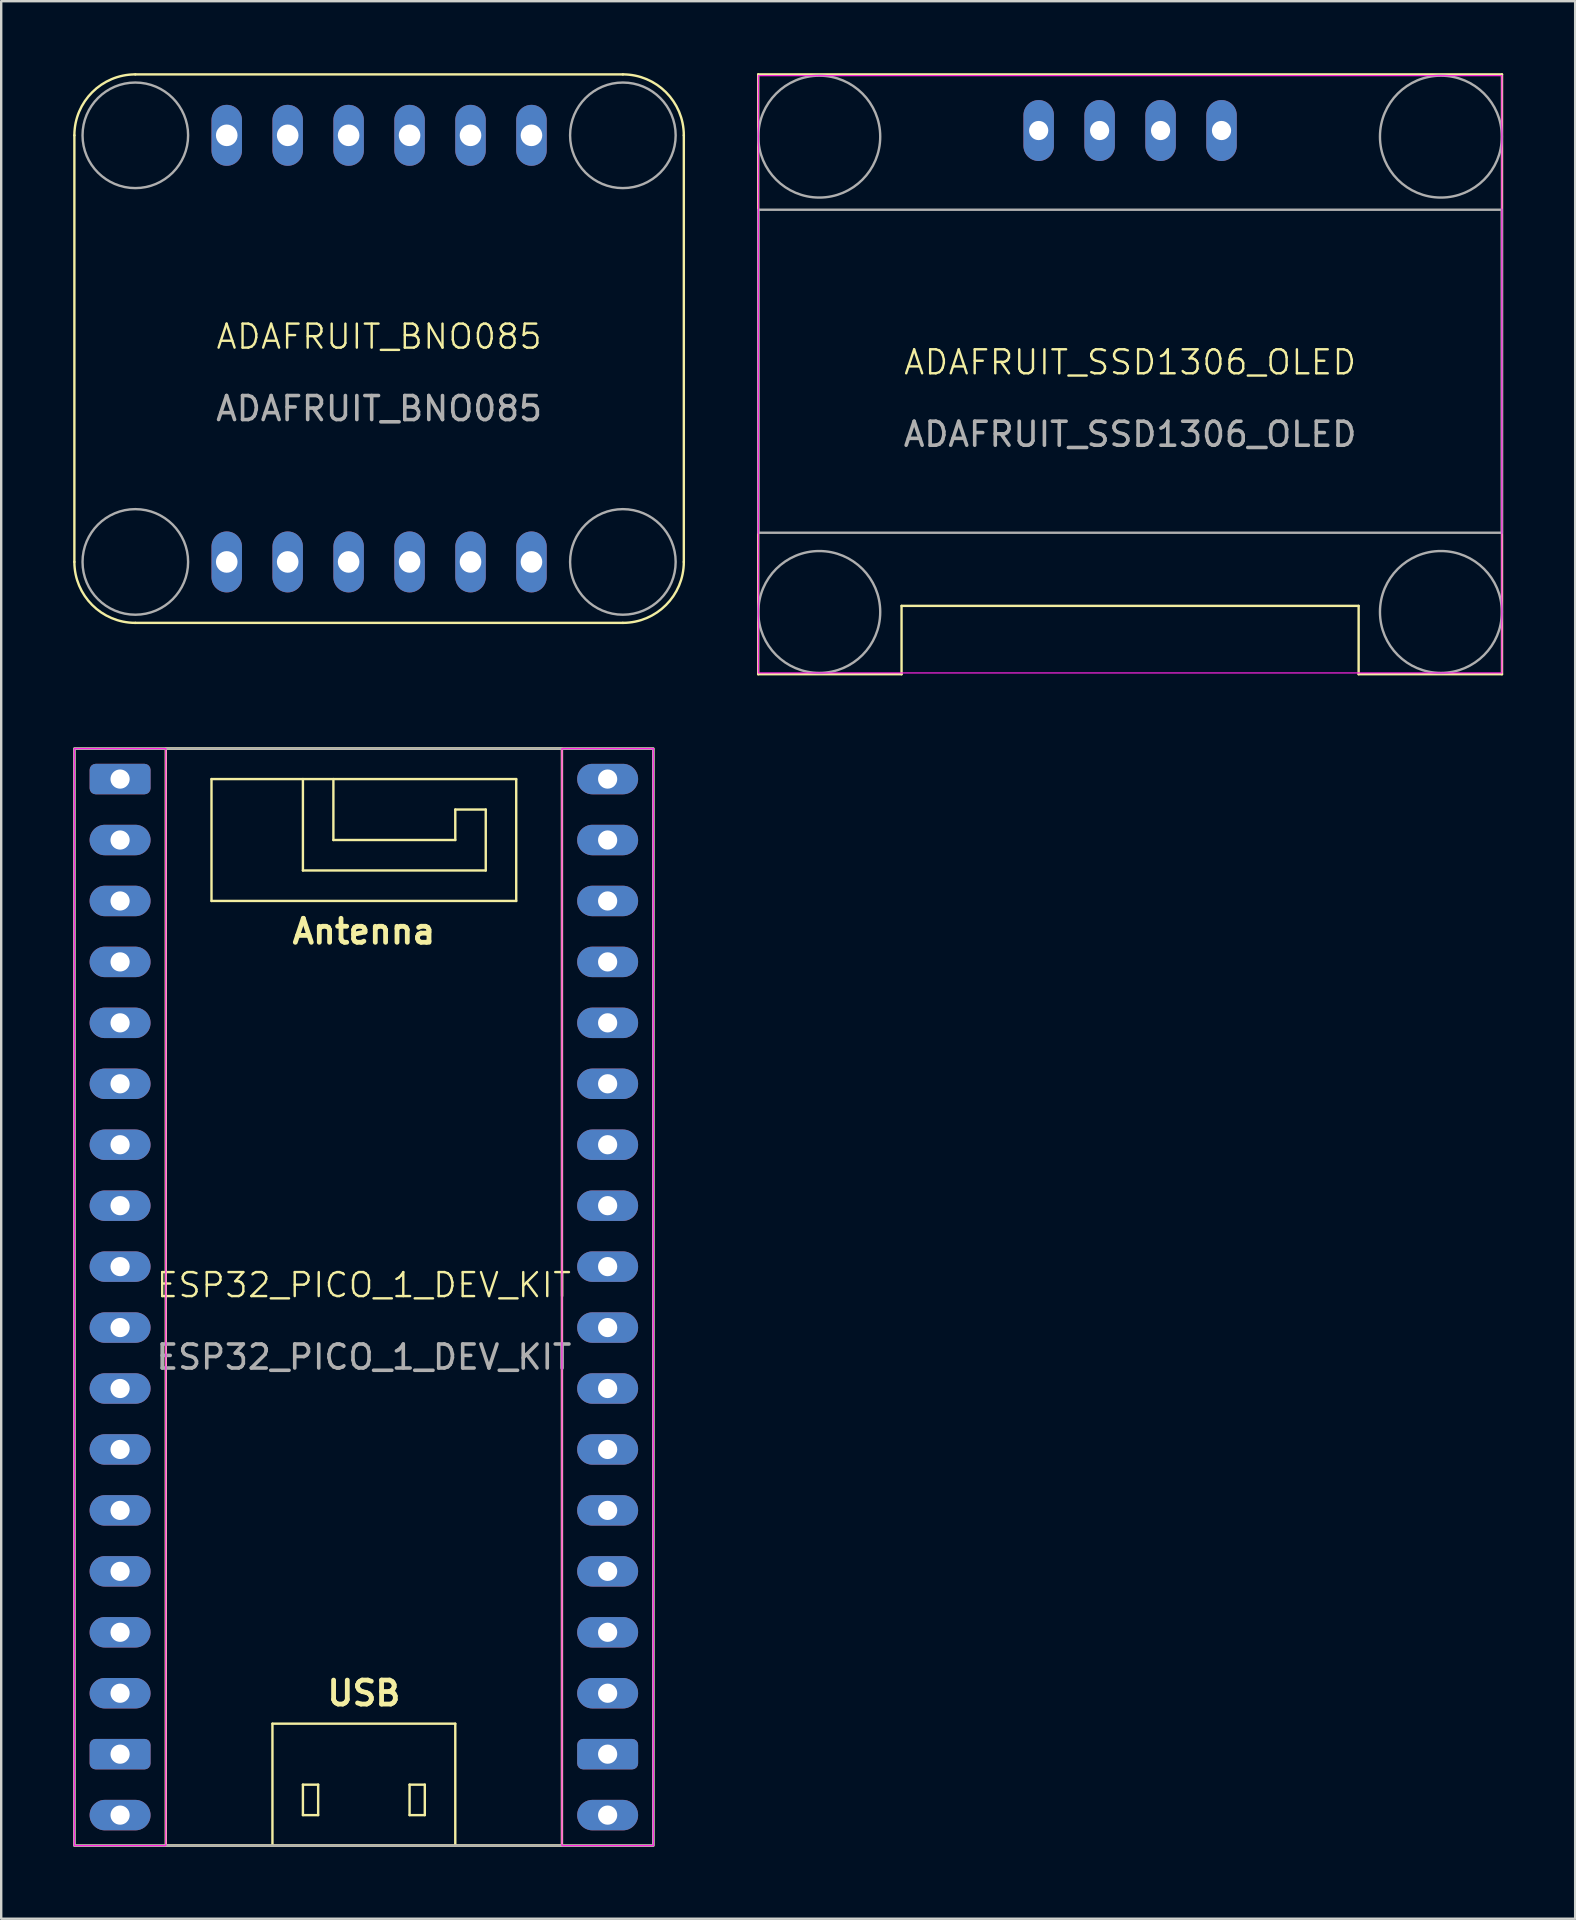
<source format=kicad_pcb>
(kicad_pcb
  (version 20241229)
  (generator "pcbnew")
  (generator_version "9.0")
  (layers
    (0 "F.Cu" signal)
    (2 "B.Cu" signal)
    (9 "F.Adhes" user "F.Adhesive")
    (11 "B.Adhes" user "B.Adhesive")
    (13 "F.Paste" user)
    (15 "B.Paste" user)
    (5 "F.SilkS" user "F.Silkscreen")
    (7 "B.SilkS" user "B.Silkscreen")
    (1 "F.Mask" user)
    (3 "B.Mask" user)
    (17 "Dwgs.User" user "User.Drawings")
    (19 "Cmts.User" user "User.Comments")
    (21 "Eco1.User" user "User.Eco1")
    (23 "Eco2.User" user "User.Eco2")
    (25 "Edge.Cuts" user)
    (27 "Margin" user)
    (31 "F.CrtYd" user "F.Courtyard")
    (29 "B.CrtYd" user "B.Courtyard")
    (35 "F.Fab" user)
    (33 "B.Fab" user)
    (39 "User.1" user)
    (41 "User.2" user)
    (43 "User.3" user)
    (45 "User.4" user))
  (footprint "ESP32_PICO_1_DEV_KIT"
    (layer "F.Cu")
    (at 12.115 51.01)
    (property "Reference" "ESP32_PICO_1_DEV_KIT" (at 0 -0.5 0) (unlocked yes) (layer "F.SilkS") (effects (font (size 1 1) (thickness 0.1))))
    (attr through_hole)
    (fp_line (start -6.35 -21.59) (end -6.35 -16.51) (stroke (width 0.1) (type default)) (layer "F.SilkS"))
    (fp_line (start -6.35 -21.59) (end 6.35 -21.59) (stroke (width 0.1) (type default)) (layer "F.SilkS"))
    (fp_line (start -6.35 -16.51) (end 6.35 -16.51) (stroke (width 0.1) (type default)) (layer "F.SilkS"))
    (fp_line (start -3.81 22.86) (end -3.81 17.78) (stroke (width 0.1) (type default)) (layer "F.SilkS"))
    (fp_line (start -2.54 -21.59) (end -2.54 -17.78) (stroke (width 0.1) (type default)) (layer "F.SilkS"))
    (fp_line (start -2.54 -17.78) (end 5.08 -17.78) (stroke (width 0.1) (type default)) (layer "F.SilkS"))
    (fp_line (start -2.54 20.32) (end -2.54 21.59) (stroke (width 0.1) (type default)) (layer "F.SilkS"))
    (fp_line (start -2.54 20.32) (end -1.905 20.32) (stroke (width 0.1) (type default)) (layer "F.SilkS"))
    (fp_line (start -2.54 21.59) (end -1.905 21.59) (stroke (width 0.1) (type default)) (layer "F.SilkS"))
    (fp_line (start -1.905 21.59) (end -1.905 20.32) (stroke (width 0.1) (type default)) (layer "F.SilkS"))
    (fp_line (start -1.27 -19.05) (end -1.27 -21.59) (stroke (width 0.1) (type default)) (layer "F.SilkS"))
    (fp_line (start 1.905 20.32) (end 1.905 21.59) (stroke (width 0.1) (type default)) (layer "F.SilkS"))
    (fp_line (start 1.905 20.32) (end 2.54 20.32) (stroke (width 0.1) (type default)) (layer "F.SilkS"))
    (fp_line (start 1.905 21.59) (end 2.54 21.59) (stroke (width 0.1) (type default)) (layer "F.SilkS"))
    (fp_line (start 2.54 21.59) (end 2.54 20.32) (stroke (width 0.1) (type default)) (layer "F.SilkS"))
    (fp_line (start 3.81 -20.32) (end 3.81 -19.05) (stroke (width 0.1) (type default)) (layer "F.SilkS"))
    (fp_line (start 3.81 -19.05) (end -1.27 -19.05) (stroke (width 0.1) (type default)) (layer "F.SilkS"))
    (fp_line (start 3.81 17.78) (end -3.81 17.78) (stroke (width 0.1) (type default)) (layer "F.SilkS"))
    (fp_line (start 3.81 22.86) (end 3.81 17.78) (stroke (width 0.1) (type default)) (layer "F.SilkS"))
    (fp_line (start 5.08 -20.32) (end 3.81 -20.32) (stroke (width 0.1) (type default)) (layer "F.SilkS"))
    (fp_line (start 5.08 -17.78) (end 5.08 -20.32) (stroke (width 0.1) (type default)) (layer "F.SilkS"))
    (fp_line (start 6.35 -16.51) (end 6.35 -21.59) (stroke (width 0.1) (type default)) (layer "F.SilkS"))
    (fp_rect (start -12.065 -22.86) (end 12.065 22.86) (stroke (width 0.1) (type default)) (fill no) (layer "F.SilkS"))
    (fp_rect (start -8.255 -22.86) (end 8.255 22.86) (stroke (width 0.1) (type default)) (fill no) (layer "F.SilkS"))
    (fp_rect (start -6.985 -22.225) (end 6.985 -15.875) (stroke (width 0.1) (type default)) (fill no) (layer "Margin"))
    (fp_rect (start -12.065 -22.86) (end -8.255 22.86) (stroke (width 0.05) (type default)) (fill no) (layer "F.CrtYd"))
    (fp_rect (start 8.255 -22.86) (end 12.065 22.86) (stroke (width 0.05) (type default)) (fill no) (layer "F.CrtYd"))
    (fp_rect (start -12.065 -22.86) (end 12.065 22.86) (stroke (width 0.1) (type default)) (fill no) (layer "F.Fab"))
    (fp_text user "Antenna" (at 0 -15.24 0) (layer "F.SilkS") (effects (font (size 1 1) (thickness 0.2) (bold yes))))
    (fp_text user "USB" (at 0 16.51 0) (layer "F.SilkS") (effects (font (size 1 1) (thickness 0.2) (bold yes))))
    (fp_text user "${REFERENCE}" (at 0 2.5 0) (unlocked yes) (layer "F.Fab") (effects (font (size 1 1) (thickness 0.15))))
    (pad "0" thru_hole oval (at -10.16 13.97) (size 2.54 1.27) (drill 0.8) (layers "*.Cu" "*.Mask"))
    (pad "1" thru_hole oval (at 10.16 3.81) (size 2.54 1.27) (drill 0.8) (layers "*.Cu" "*.Mask"))
    (pad "2" thru_hole oval (at -10.16 8.89) (size 2.54 1.27) (drill 0.8) (layers "*.Cu" "*.Mask"))
    (pad "3" thru_hole oval (at 10.16 1.27) (size 2.54 1.27) (drill 0.8) (layers "*.Cu" "*.Mask"))
    (pad "3V3" thru_hole oval (at -10.16 16.51) (size 2.54 1.27) (drill 0.8) (layers "*.Cu" "*.Mask"))
    (pad "3V3" thru_hole oval (at 10.16 21.59) (size 2.54 1.27) (drill 0.8) (layers "*.Cu" "*.Mask"))
    (pad "4" thru_hole oval (at -10.16 11.43) (size 2.54 1.27) (drill 0.8) (layers "*.Cu" "*.Mask"))
    (pad "5" thru_hole oval (at 10.16 -6.35) (size 2.54 1.27) (drill 0.8) (layers "*.Cu" "*.Mask"))
    (pad "5V" thru_hole oval (at -10.16 21.59) (size 2.54 1.27) (drill 0.8) (layers "*.Cu" "*.Mask"))
    (pad "7" thru_hole oval (at 10.16 -8.89) (size 2.54 1.27) (drill 0.8) (layers "*.Cu" "*.Mask"))
    (pad "8" thru_hole oval (at 10.16 -11.43) (size 2.54 1.27) (drill 0.8) (layers "*.Cu" "*.Mask"))
    (pad "9" thru_hole oval (at 10.16 -1.27) (size 2.54 1.27) (drill 0.8) (layers "*.Cu" "*.Mask"))
    (pad "10" thru_hole oval (at 10.16 -3.81) (size 2.54 1.27) (drill 0.8) (layers "*.Cu" "*.Mask"))
    (pad "12" thru_hole oval (at -10.16 1.27) (size 2.54 1.27) (drill 0.8) (layers "*.Cu" "*.Mask"))
    (pad "13" thru_hole oval (at -10.16 3.81) (size 2.54 1.27) (drill 0.8) (layers "*.Cu" "*.Mask"))
    (pad "14" thru_hole oval (at -10.16 -1.27) (size 2.54 1.27) (drill 0.8) (layers "*.Cu" "*.Mask"))
    (pad "15" thru_hole oval (at -10.16 6.35) (size 2.54 1.27) (drill 0.8) (layers "*.Cu" "*.Mask"))
    (pad "19" thru_hole oval (at 10.16 -13.97) (size 2.54 1.27) (drill 0.8) (layers "*.Cu" "*.Mask"))
    (pad "20" thru_hole oval (at 10.16 -21.59) (size 2.54 1.27) (drill 0.8) (layers "*.Cu" "*.Mask"))
    (pad "21" thru_hole oval (at 10.16 -19.05) (size 2.54 1.27) (drill 0.8) (layers "*.Cu" "*.Mask"))
    (pad "22" thru_hole oval (at 10.16 -16.51) (size 2.54 1.27) (drill 0.8) (layers "*.Cu" "*.Mask"))
    (pad "25" thru_hole oval (at -10.16 -13.97) (size 2.54 1.27) (drill 0.8) (layers "*.Cu" "*.Mask"))
    (pad "26" thru_hole oval (at -10.16 -11.43) (size 2.54 1.27) (drill 0.8) (layers "*.Cu" "*.Mask"))
    (pad "27" thru_hole oval (at -10.16 -3.81) (size 2.54 1.27) (drill 0.8) (layers "*.Cu" "*.Mask"))
    (pad "32" thru_hole oval (at -10.16 -8.89) (size 2.54 1.27) (drill 0.8) (layers "*.Cu" "*.Mask"))
    (pad "33" thru_hole oval (at -10.16 -6.35) (size 2.54 1.27) (drill 0.8) (layers "*.Cu" "*.Mask"))
    (pad "34" thru_hole oval (at 10.16 8.89) (size 2.54 1.27) (drill 0.8) (layers "*.Cu" "*.Mask"))
    (pad "35" thru_hole oval (at 10.16 6.35) (size 2.54 1.27) (drill 0.8) (layers "*.Cu" "*.Mask"))
    (pad "37" thru_hole oval (at 10.16 13.97) (size 2.54 1.27) (drill 0.8) (layers "*.Cu" "*.Mask"))
    (pad "38" thru_hole oval (at 10.16 11.43) (size 2.54 1.27) (drill 0.8) (layers "*.Cu" "*.Mask"))
    (pad "EN" thru_hole oval (at 10.16 16.51) (size 2.54 1.27) (drill 0.8) (layers "*.Cu" "*.Mask"))
    (pad "GND" thru_hole roundrect (at -10.16 -21.59) (size 2.54 1.27) (drill 0.8) (layers "*.Cu" "*.Mask") (roundrect_rratio 0.197))
    (pad "GND" thru_hole roundrect (at -10.16 19.05) (size 2.54 1.27) (drill 0.8) (layers "*.Cu" "*.Mask") (roundrect_rratio 0.197))
    (pad "GND" thru_hole roundrect (at 10.16 19.05) (size 2.54 1.27) (drill 0.8) (layers "*.Cu" "*.Mask") (roundrect_rratio 0.197))
    (pad "VN" thru_hole oval (at -10.16 -16.51) (size 2.54 1.27) (drill 0.8) (layers "*.Cu" "*.Mask"))
    (pad "VP" thru_hole oval (at -10.16 -19.05) (size 2.54 1.27) (drill 0.8) (layers "*.Cu" "*.Mask")))
  (footprint "ADAFRUIT_BNO085"
    (layer "F.Cu")
    (at 12.75 11.48)
    (property "Reference" "ADAFRUIT_BNO085" (at 0 -0.5 0) (unlocked yes) (layer "F.SilkS") (effects (font (size 1 1) (thickness 0.1))))
    (attr through_hole)
    (fp_line (start -12.7 8.89) (end -12.7 -8.89) (stroke (width 0.1) (type default)) (layer "F.SilkS"))
    (fp_line (start -10.16 -11.43) (end 10.16 -11.43) (stroke (width 0.1) (type default)) (layer "F.SilkS"))
    (fp_line (start 10.16 11.43) (end -10.16 11.43) (stroke (width 0.1) (type default)) (layer "F.SilkS"))
    (fp_line (start 12.7 -8.89) (end 12.7 8.89) (stroke (width 0.1) (type default)) (layer "F.SilkS"))
    (fp_arc (start -12.7 -8.89) (mid -11.956051 -10.686051) (end -10.16 -11.43) (stroke (width 0.1) (type default)) (layer "F.SilkS"))
    (fp_arc (start -10.16 11.43) (mid -11.956051 10.686051) (end -12.7 8.89) (stroke (width 0.1) (type default)) (layer "F.SilkS"))
    (fp_arc (start 10.16 -11.43) (mid 11.956051 -10.686051) (end 12.7 -8.89) (stroke (width 0.1) (type default)) (layer "F.SilkS"))
    (fp_arc (start 12.7 8.89) (mid 11.956051 10.686051) (end 10.16 11.43) (stroke (width 0.1) (type default)) (layer "F.SilkS"))
    (fp_circle (center -10.16 -8.89) (end -7.96 -8.89) (stroke (width 0.1) (type solid)) (fill no) (layer "F.Fab"))
    (fp_circle (center -10.16 8.89) (end -7.96 8.89) (stroke (width 0.1) (type solid)) (fill no) (layer "F.Fab"))
    (fp_circle (center 10.16 -8.89) (end 12.36 -8.89) (stroke (width 0.1) (type solid)) (fill no) (layer "F.Fab"))
    (fp_circle (center 10.16 8.89) (end 12.36 8.89) (stroke (width 0.1) (type solid)) (fill no) (layer "F.Fab"))
    (fp_text user "${REFERENCE}" (at 0 2.5 0) (unlocked yes) (layer "F.Fab") (effects (font (size 1 1) (thickness 0.15))))
    (pad "1" thru_hole oval (at -6.35 8.89 90) (size 2.54 1.27) (drill 0.9) (layers "*.Cu" "*.Mask"))
    (pad "2" thru_hole oval (at -3.81 8.89 90) (size 2.54 1.27) (drill 0.9) (layers "*.Cu" "*.Mask"))
    (pad "3" thru_hole oval (at -1.27 8.89 90) (size 2.54 1.27) (drill 0.9) (layers "*.Cu" "*.Mask"))
    (pad "4" thru_hole oval (at 1.27 8.89 90) (size 2.54 1.27) (drill 0.9) (layers "*.Cu" "*.Mask"))
    (pad "5" thru_hole oval (at 3.81 8.89 90) (size 2.54 1.27) (drill 0.9) (layers "*.Cu" "*.Mask"))
    (pad "6" thru_hole oval (at 6.35 8.89 90) (size 2.54 1.27) (drill 0.9) (layers "*.Cu" "*.Mask"))
    (pad "7" thru_hole oval (at 6.35 -8.89 90) (size 2.54 1.27) (drill 0.9) (layers "*.Cu" "*.Mask"))
    (pad "8" thru_hole oval (at 3.81 -8.89 90) (size 2.54 1.27) (drill 0.9) (layers "*.Cu" "*.Mask"))
    (pad "9" thru_hole oval (at 1.27 -8.89 90) (size 2.54 1.27) (drill 0.9) (layers "*.Cu" "*.Mask"))
    (pad "10" thru_hole oval (at -1.27 -8.89 90) (size 2.54 1.27) (drill 0.9) (layers "*.Cu" "*.Mask"))
    (pad "11" thru_hole oval (at -3.81 -8.89 90) (size 2.54 1.27) (drill 0.9) (layers "*.Cu" "*.Mask"))
    (pad "12" thru_hole oval (at -6.35 -8.89 90) (size 2.54 1.27) (drill 0.9) (layers "*.Cu" "*.Mask")))
  (footprint "ADAFRUIT_SSD1306_OLED"
    (layer "F.Cu")
    (at 44.05 12.55)
    (property "Reference" "ADAFRUIT_SSD1306_OLED" (at 0 -0.5 0) (unlocked yes) (layer "F.SilkS") (effects (font (size 1 1) (thickness 0.1))))
    (attr through_hole)
    (fp_line (start -15.5 -12.5) (end -15.5 12.5) (stroke (width 0.1) (type default)) (layer "F.SilkS"))
    (fp_line (start -15.5 12.5) (end -9.525 12.5) (stroke (width 0.1) (type default)) (layer "F.SilkS"))
    (fp_line (start -9.525 9.652) (end 9.525 9.652) (stroke (width 0.1) (type default)) (layer "F.SilkS"))
    (fp_line (start -9.525 12.5) (end -9.525 9.652) (stroke (width 0.1) (type default)) (layer "F.SilkS"))
    (fp_line (start 9.525 12.5) (end 9.525 9.652) (stroke (width 0.1) (type default)) (layer "F.SilkS"))
    (fp_line (start 9.525 12.5) (end 15.5 12.5) (stroke (width 0.1) (type default)) (layer "F.SilkS"))
    (fp_line (start 15.5 -12.5) (end -15.5 -12.5) (stroke (width 0.1) (type default)) (layer "F.SilkS"))
    (fp_line (start 15.5 -12.5) (end 15.5 12.5) (stroke (width 0.1) (type default)) (layer "F.SilkS"))
    (fp_rect (start -15.494 -12.446) (end 15.494 12.446) (stroke (width 0.05) (type default)) (fill no) (layer "F.CrtYd"))
    (fp_rect (start -15.494 -6.858) (end 15.494 6.604) (stroke (width 0.1) (type default)) (fill no) (layer "F.Fab"))
    (fp_circle (center -12.954 -9.906) (end -10.414 -9.906) (stroke (width 0.1) (type default)) (fill no) (layer "F.Fab"))
    (fp_circle (center -12.954 9.906) (end -10.414 9.906) (stroke (width 0.1) (type default)) (fill no) (layer "F.Fab"))
    (fp_circle (center 12.954 -9.906) (end 15.494 -9.906) (stroke (width 0.1) (type default)) (fill no) (layer "F.Fab"))
    (fp_circle (center 12.954 9.906) (end 15.494 9.906) (stroke (width 0.1) (type default)) (fill no) (layer "F.Fab"))
    (fp_text user "${REFERENCE}" (at 0 2.5 0) (unlocked yes) (layer "F.Fab") (effects (font (size 1 1) (thickness 0.15))))
    (pad "1" thru_hole oval (at -3.81 -10.16 90) (size 2.54 1.27) (drill 0.8) (layers "*.Cu" "*.Mask"))
    (pad "2" thru_hole oval (at -1.27 -10.16 90) (size 2.54 1.27) (drill 0.8) (layers "*.Cu" "*.Mask"))
    (pad "3" thru_hole oval (at 1.27 -10.16 90) (size 2.54 1.27) (drill 0.8) (layers "*.Cu" "*.Mask"))
    (pad "4" thru_hole oval (at 3.81 -10.16 90) (size 2.54 1.27) (drill 0.8) (layers "*.Cu" "*.Mask")))
  (gr_rect
    (start -3 -3)
    (end 62.6 76.92)
    (stroke (width 0.1) (type default))
    (fill no)
    (layer "Edge.Cuts")))
</source>
